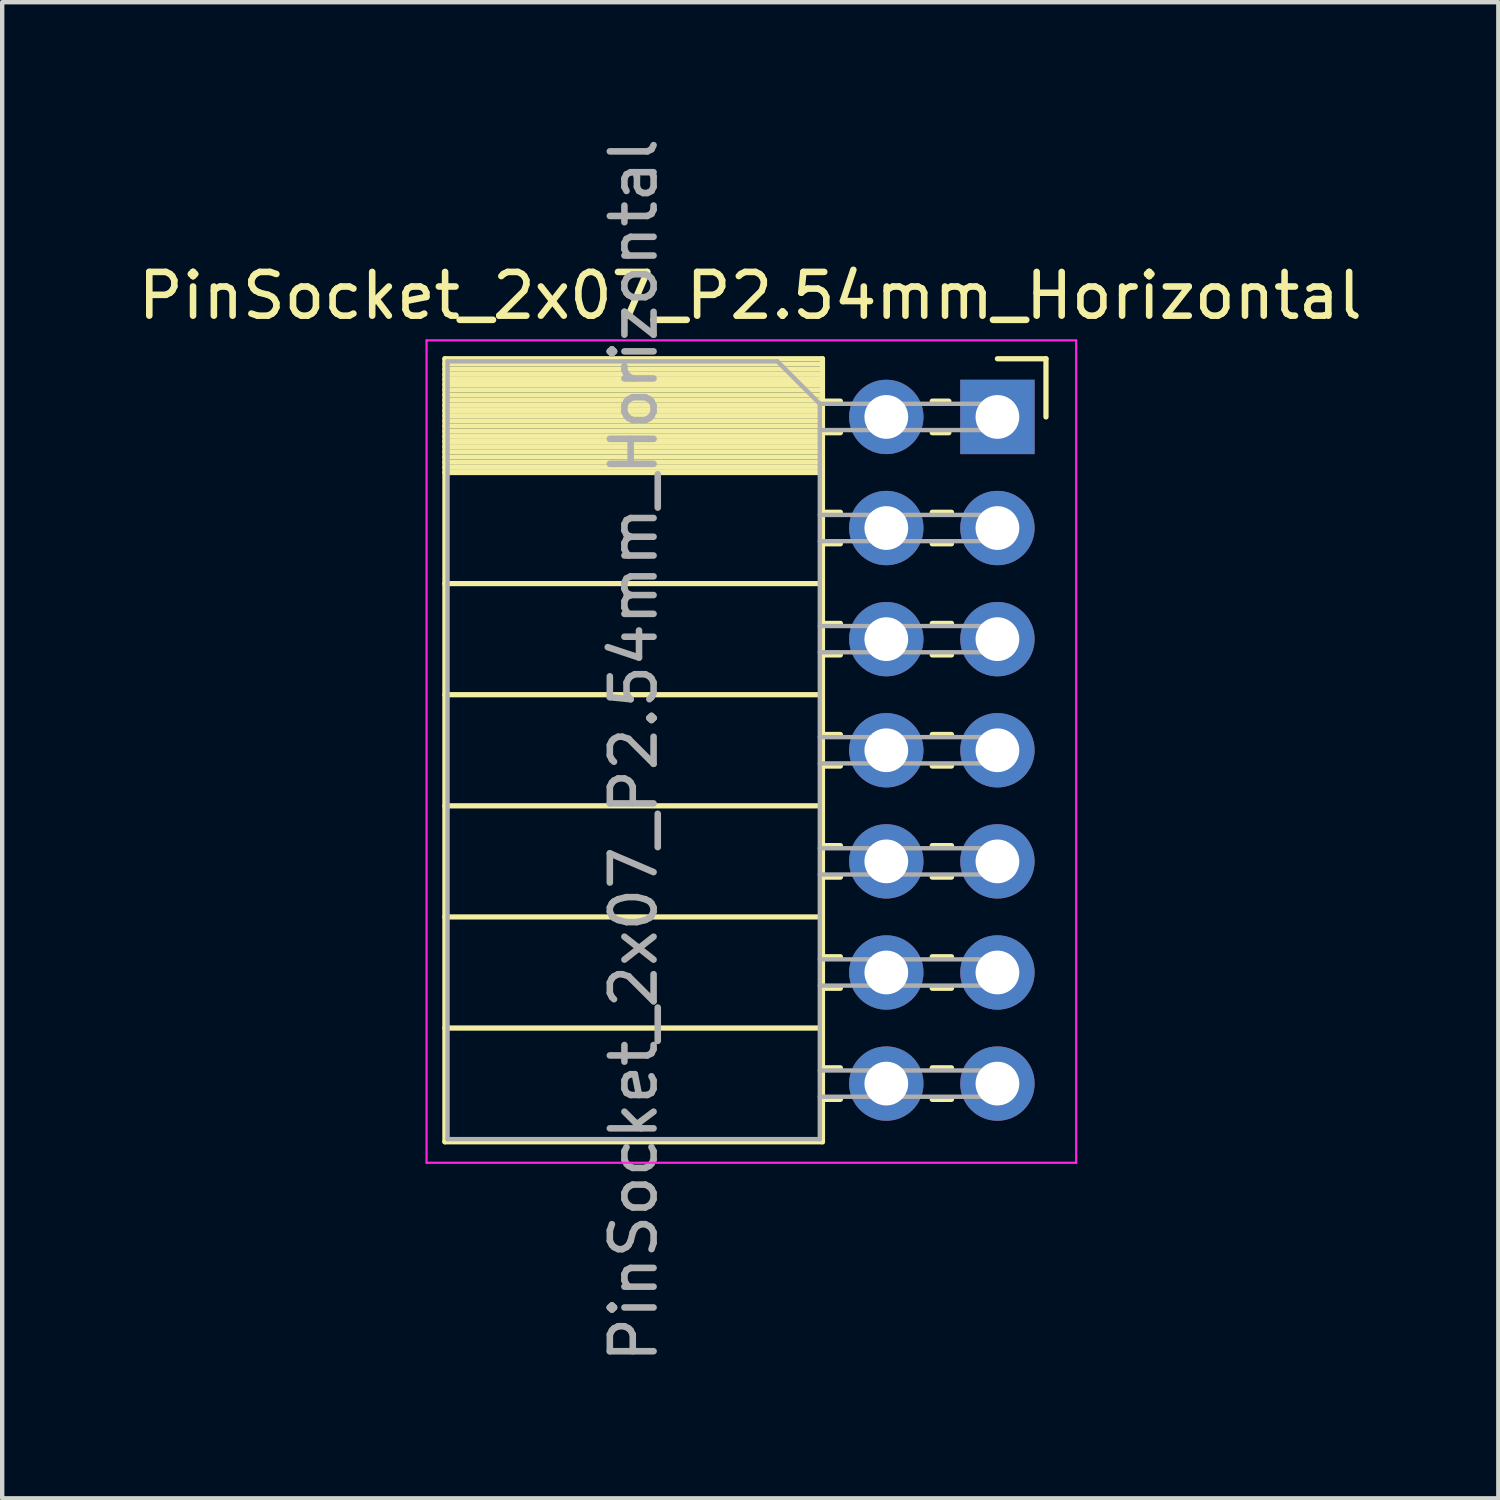
<source format=kicad_pcb>
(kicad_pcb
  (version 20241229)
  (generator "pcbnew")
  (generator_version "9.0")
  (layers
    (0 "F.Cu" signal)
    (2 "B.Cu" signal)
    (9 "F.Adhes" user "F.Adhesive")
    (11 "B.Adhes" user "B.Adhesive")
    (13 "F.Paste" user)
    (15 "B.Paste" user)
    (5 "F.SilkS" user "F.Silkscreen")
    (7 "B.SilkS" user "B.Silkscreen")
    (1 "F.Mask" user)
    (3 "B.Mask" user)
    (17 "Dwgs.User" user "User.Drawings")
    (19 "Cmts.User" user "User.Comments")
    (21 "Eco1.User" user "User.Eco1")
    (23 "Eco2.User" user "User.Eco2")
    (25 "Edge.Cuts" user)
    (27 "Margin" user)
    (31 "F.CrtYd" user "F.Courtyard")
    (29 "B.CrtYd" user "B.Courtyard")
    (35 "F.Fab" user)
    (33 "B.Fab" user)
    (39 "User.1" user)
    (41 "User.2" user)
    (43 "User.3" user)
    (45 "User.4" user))
  (footprint "PinSocket_2x07_P2.54mm_Horizontal"
    (layer "F.Cu")
    (at 19.751 6.481)
    (property "Reference" "PinSocket_2x07_P2.54mm_Horizontal" (at -5.65 -2.77 0) (layer "F.SilkS") (effects (font (size 1 1) (thickness 0.15))))
    (attr through_hole)
    (fp_line (start -12.63 -1.33) (end -12.63 16.57) (stroke (width 0.12) (type solid)) (layer "F.SilkS"))
    (fp_line (start -12.63 -1.33) (end -4 -1.33) (stroke (width 0.12) (type solid)) (layer "F.SilkS"))
    (fp_line (start -12.63 -1.21) (end -4 -1.21) (stroke (width 0.12) (type solid)) (layer "F.SilkS"))
    (fp_line (start -12.63 -1.092) (end -4 -1.092) (stroke (width 0.12) (type solid)) (layer "F.SilkS"))
    (fp_line (start -12.63 -0.974) (end -4 -0.974) (stroke (width 0.12) (type solid)) (layer "F.SilkS"))
    (fp_line (start -12.63 -0.856) (end -4 -0.856) (stroke (width 0.12) (type solid)) (layer "F.SilkS"))
    (fp_line (start -12.63 -0.738) (end -4 -0.738) (stroke (width 0.12) (type solid)) (layer "F.SilkS"))
    (fp_line (start -12.63 -0.62) (end -4 -0.62) (stroke (width 0.12) (type solid)) (layer "F.SilkS"))
    (fp_line (start -12.63 -0.501) (end -4 -0.501) (stroke (width 0.12) (type solid)) (layer "F.SilkS"))
    (fp_line (start -12.63 -0.383) (end -4 -0.383) (stroke (width 0.12) (type solid)) (layer "F.SilkS"))
    (fp_line (start -12.63 -0.265) (end -4 -0.265) (stroke (width 0.12) (type solid)) (layer "F.SilkS"))
    (fp_line (start -12.63 -0.147) (end -4 -0.147) (stroke (width 0.12) (type solid)) (layer "F.SilkS"))
    (fp_line (start -12.63 -0.029) (end -4 -0.029) (stroke (width 0.12) (type solid)) (layer "F.SilkS"))
    (fp_line (start -12.63 0.089) (end -4 0.089) (stroke (width 0.12) (type solid)) (layer "F.SilkS"))
    (fp_line (start -12.63 0.207) (end -4 0.207) (stroke (width 0.12) (type solid)) (layer "F.SilkS"))
    (fp_line (start -12.63 0.325) (end -4 0.325) (stroke (width 0.12) (type solid)) (layer "F.SilkS"))
    (fp_line (start -12.63 0.443) (end -4 0.443) (stroke (width 0.12) (type solid)) (layer "F.SilkS"))
    (fp_line (start -12.63 0.561) (end -4 0.561) (stroke (width 0.12) (type solid)) (layer "F.SilkS"))
    (fp_line (start -12.63 0.68) (end -4 0.68) (stroke (width 0.12) (type solid)) (layer "F.SilkS"))
    (fp_line (start -12.63 0.798) (end -4 0.798) (stroke (width 0.12) (type solid)) (layer "F.SilkS"))
    (fp_line (start -12.63 0.916) (end -4 0.916) (stroke (width 0.12) (type solid)) (layer "F.SilkS"))
    (fp_line (start -12.63 1.034) (end -4 1.034) (stroke (width 0.12) (type solid)) (layer "F.SilkS"))
    (fp_line (start -12.63 1.152) (end -4 1.152) (stroke (width 0.12) (type solid)) (layer "F.SilkS"))
    (fp_line (start -12.63 1.27) (end -4 1.27) (stroke (width 0.12) (type solid)) (layer "F.SilkS"))
    (fp_line (start -12.63 3.81) (end -4 3.81) (stroke (width 0.12) (type solid)) (layer "F.SilkS"))
    (fp_line (start -12.63 6.35) (end -4 6.35) (stroke (width 0.12) (type solid)) (layer "F.SilkS"))
    (fp_line (start -12.63 8.89) (end -4 8.89) (stroke (width 0.12) (type solid)) (layer "F.SilkS"))
    (fp_line (start -12.63 11.43) (end -4 11.43) (stroke (width 0.12) (type solid)) (layer "F.SilkS"))
    (fp_line (start -12.63 13.97) (end -4 13.97) (stroke (width 0.12) (type solid)) (layer "F.SilkS"))
    (fp_line (start -12.63 16.57) (end -4 16.57) (stroke (width 0.12) (type solid)) (layer "F.SilkS"))
    (fp_line (start -4 -1.33) (end -4 16.57) (stroke (width 0.12) (type solid)) (layer "F.SilkS"))
    (fp_line (start -4 -0.36) (end -3.59 -0.36) (stroke (width 0.12) (type solid)) (layer "F.SilkS"))
    (fp_line (start -4 0.36) (end -3.59 0.36) (stroke (width 0.12) (type solid)) (layer "F.SilkS"))
    (fp_line (start -4 2.18) (end -3.59 2.18) (stroke (width 0.12) (type solid)) (layer "F.SilkS"))
    (fp_line (start -4 2.9) (end -3.59 2.9) (stroke (width 0.12) (type solid)) (layer "F.SilkS"))
    (fp_line (start -4 4.72) (end -3.59 4.72) (stroke (width 0.12) (type solid)) (layer "F.SilkS"))
    (fp_line (start -4 5.44) (end -3.59 5.44) (stroke (width 0.12) (type solid)) (layer "F.SilkS"))
    (fp_line (start -4 7.26) (end -3.59 7.26) (stroke (width 0.12) (type solid)) (layer "F.SilkS"))
    (fp_line (start -4 7.98) (end -3.59 7.98) (stroke (width 0.12) (type solid)) (layer "F.SilkS"))
    (fp_line (start -4 9.8) (end -3.59 9.8) (stroke (width 0.12) (type solid)) (layer "F.SilkS"))
    (fp_line (start -4 10.52) (end -3.59 10.52) (stroke (width 0.12) (type solid)) (layer "F.SilkS"))
    (fp_line (start -4 12.34) (end -3.59 12.34) (stroke (width 0.12) (type solid)) (layer "F.SilkS"))
    (fp_line (start -4 13.06) (end -3.59 13.06) (stroke (width 0.12) (type solid)) (layer "F.SilkS"))
    (fp_line (start -4 14.88) (end -3.59 14.88) (stroke (width 0.12) (type solid)) (layer "F.SilkS"))
    (fp_line (start -4 15.6) (end -3.59 15.6) (stroke (width 0.12) (type solid)) (layer "F.SilkS"))
    (fp_line (start -1.49 -0.36) (end -1.11 -0.36) (stroke (width 0.12) (type solid)) (layer "F.SilkS"))
    (fp_line (start -1.49 0.36) (end -1.11 0.36) (stroke (width 0.12) (type solid)) (layer "F.SilkS"))
    (fp_line (start -1.49 2.18) (end -1.05 2.18) (stroke (width 0.12) (type solid)) (layer "F.SilkS"))
    (fp_line (start -1.49 2.9) (end -1.05 2.9) (stroke (width 0.12) (type solid)) (layer "F.SilkS"))
    (fp_line (start -1.49 4.72) (end -1.05 4.72) (stroke (width 0.12) (type solid)) (layer "F.SilkS"))
    (fp_line (start -1.49 5.44) (end -1.05 5.44) (stroke (width 0.12) (type solid)) (layer "F.SilkS"))
    (fp_line (start -1.49 7.26) (end -1.05 7.26) (stroke (width 0.12) (type solid)) (layer "F.SilkS"))
    (fp_line (start -1.49 7.98) (end -1.05 7.98) (stroke (width 0.12) (type solid)) (layer "F.SilkS"))
    (fp_line (start -1.49 9.8) (end -1.05 9.8) (stroke (width 0.12) (type solid)) (layer "F.SilkS"))
    (fp_line (start -1.49 10.52) (end -1.05 10.52) (stroke (width 0.12) (type solid)) (layer "F.SilkS"))
    (fp_line (start -1.49 12.34) (end -1.05 12.34) (stroke (width 0.12) (type solid)) (layer "F.SilkS"))
    (fp_line (start -1.49 13.06) (end -1.05 13.06) (stroke (width 0.12) (type solid)) (layer "F.SilkS"))
    (fp_line (start -1.49 14.88) (end -1.05 14.88) (stroke (width 0.12) (type solid)) (layer "F.SilkS"))
    (fp_line (start -1.49 15.6) (end -1.05 15.6) (stroke (width 0.12) (type solid)) (layer "F.SilkS"))
    (fp_line (start 0 -1.33) (end 1.11 -1.33) (stroke (width 0.12) (type solid)) (layer "F.SilkS"))
    (fp_line (start 1.11 -1.33) (end 1.11 0) (stroke (width 0.12) (type solid)) (layer "F.SilkS"))
    (fp_line (start -13.05 -1.75) (end -13.05 17.05) (stroke (width 0.05) (type solid)) (layer "F.CrtYd"))
    (fp_line (start -13.05 17.05) (end 1.8 17.05) (stroke (width 0.05) (type solid)) (layer "F.CrtYd"))
    (fp_line (start 1.8 -1.75) (end -13.05 -1.75) (stroke (width 0.05) (type solid)) (layer "F.CrtYd"))
    (fp_line (start 1.8 17.05) (end 1.8 -1.75) (stroke (width 0.05) (type solid)) (layer "F.CrtYd"))
    (fp_line (start -12.57 -1.27) (end -5.03 -1.27) (stroke (width 0.1) (type solid)) (layer "F.Fab"))
    (fp_line (start -12.57 16.51) (end -12.57 -1.27) (stroke (width 0.1) (type solid)) (layer "F.Fab"))
    (fp_line (start -5.03 -1.27) (end -4.06 -0.3) (stroke (width 0.1) (type solid)) (layer "F.Fab"))
    (fp_line (start -4.06 -0.3) (end -4.06 16.51) (stroke (width 0.1) (type solid)) (layer "F.Fab"))
    (fp_line (start -4.06 0.3) (end 0 0.3) (stroke (width 0.1) (type solid)) (layer "F.Fab"))
    (fp_line (start -4.06 2.84) (end 0 2.84) (stroke (width 0.1) (type solid)) (layer "F.Fab"))
    (fp_line (start -4.06 5.38) (end 0 5.38) (stroke (width 0.1) (type solid)) (layer "F.Fab"))
    (fp_line (start -4.06 7.92) (end 0 7.92) (stroke (width 0.1) (type solid)) (layer "F.Fab"))
    (fp_line (start -4.06 10.46) (end 0 10.46) (stroke (width 0.1) (type solid)) (layer "F.Fab"))
    (fp_line (start -4.06 13) (end 0 13) (stroke (width 0.1) (type solid)) (layer "F.Fab"))
    (fp_line (start -4.06 15.54) (end 0 15.54) (stroke (width 0.1) (type solid)) (layer "F.Fab"))
    (fp_line (start -4.06 16.51) (end -12.57 16.51) (stroke (width 0.1) (type solid)) (layer "F.Fab"))
    (fp_line (start 0 -0.3) (end -4.06 -0.3) (stroke (width 0.1) (type solid)) (layer "F.Fab"))
    (fp_line (start 0 0.3) (end 0 -0.3) (stroke (width 0.1) (type solid)) (layer "F.Fab"))
    (fp_line (start 0 2.24) (end -4.06 2.24) (stroke (width 0.1) (type solid)) (layer "F.Fab"))
    (fp_line (start 0 2.84) (end 0 2.24) (stroke (width 0.1) (type solid)) (layer "F.Fab"))
    (fp_line (start 0 4.78) (end -4.06 4.78) (stroke (width 0.1) (type solid)) (layer "F.Fab"))
    (fp_line (start 0 5.38) (end 0 4.78) (stroke (width 0.1) (type solid)) (layer "F.Fab"))
    (fp_line (start 0 7.32) (end -4.06 7.32) (stroke (width 0.1) (type solid)) (layer "F.Fab"))
    (fp_line (start 0 7.92) (end 0 7.32) (stroke (width 0.1) (type solid)) (layer "F.Fab"))
    (fp_line (start 0 9.86) (end -4.06 9.86) (stroke (width 0.1) (type solid)) (layer "F.Fab"))
    (fp_line (start 0 10.46) (end 0 9.86) (stroke (width 0.1) (type solid)) (layer "F.Fab"))
    (fp_line (start 0 12.4) (end -4.06 12.4) (stroke (width 0.1) (type solid)) (layer "F.Fab"))
    (fp_line (start 0 13) (end 0 12.4) (stroke (width 0.1) (type solid)) (layer "F.Fab"))
    (fp_line (start 0 14.94) (end -4.06 14.94) (stroke (width 0.1) (type solid)) (layer "F.Fab"))
    (fp_line (start 0 15.54) (end 0 14.94) (stroke (width 0.1) (type solid)) (layer "F.Fab"))
    (fp_text user "${REFERENCE}" (at -8.315 7.62 90) (layer "F.Fab") (effects (font (size 1 1) (thickness 0.15))))
    (pad "1" thru_hole rect (at 0 0) (size 1.7 1.7) (drill 1) (layers "*.Cu" "*.Mask"))
    (pad "2" thru_hole oval (at -2.54 0) (size 1.7 1.7) (drill 1) (layers "*.Cu" "*.Mask"))
    (pad "3" thru_hole oval (at 0 2.54) (size 1.7 1.7) (drill 1) (layers "*.Cu" "*.Mask"))
    (pad "4" thru_hole oval (at -2.54 2.54) (size 1.7 1.7) (drill 1) (layers "*.Cu" "*.Mask"))
    (pad "5" thru_hole oval (at 0 5.08) (size 1.7 1.7) (drill 1) (layers "*.Cu" "*.Mask"))
    (pad "6" thru_hole oval (at -2.54 5.08) (size 1.7 1.7) (drill 1) (layers "*.Cu" "*.Mask"))
    (pad "7" thru_hole oval (at 0 7.62) (size 1.7 1.7) (drill 1) (layers "*.Cu" "*.Mask"))
    (pad "8" thru_hole oval (at -2.54 7.62) (size 1.7 1.7) (drill 1) (layers "*.Cu" "*.Mask"))
    (pad "9" thru_hole oval (at 0 10.16) (size 1.7 1.7) (drill 1) (layers "*.Cu" "*.Mask"))
    (pad "10" thru_hole oval (at -2.54 10.16) (size 1.7 1.7) (drill 1) (layers "*.Cu" "*.Mask"))
    (pad "11" thru_hole oval (at 0 12.7) (size 1.7 1.7) (drill 1) (layers "*.Cu" "*.Mask"))
    (pad "12" thru_hole oval (at -2.54 12.7) (size 1.7 1.7) (drill 1) (layers "*.Cu" "*.Mask"))
    (pad "13" thru_hole oval (at 0 15.24) (size 1.7 1.7) (drill 1) (layers "*.Cu" "*.Mask"))
    (pad "14" thru_hole oval (at -2.54 15.24) (size 1.7 1.7) (drill 1) (layers "*.Cu" "*.Mask")))
  (gr_rect
    (start -3 -3)
    (end 31.202 31.202)
    (stroke (width 0.1) (type default))
    (fill no)
    (layer "Edge.Cuts")))
</source>
